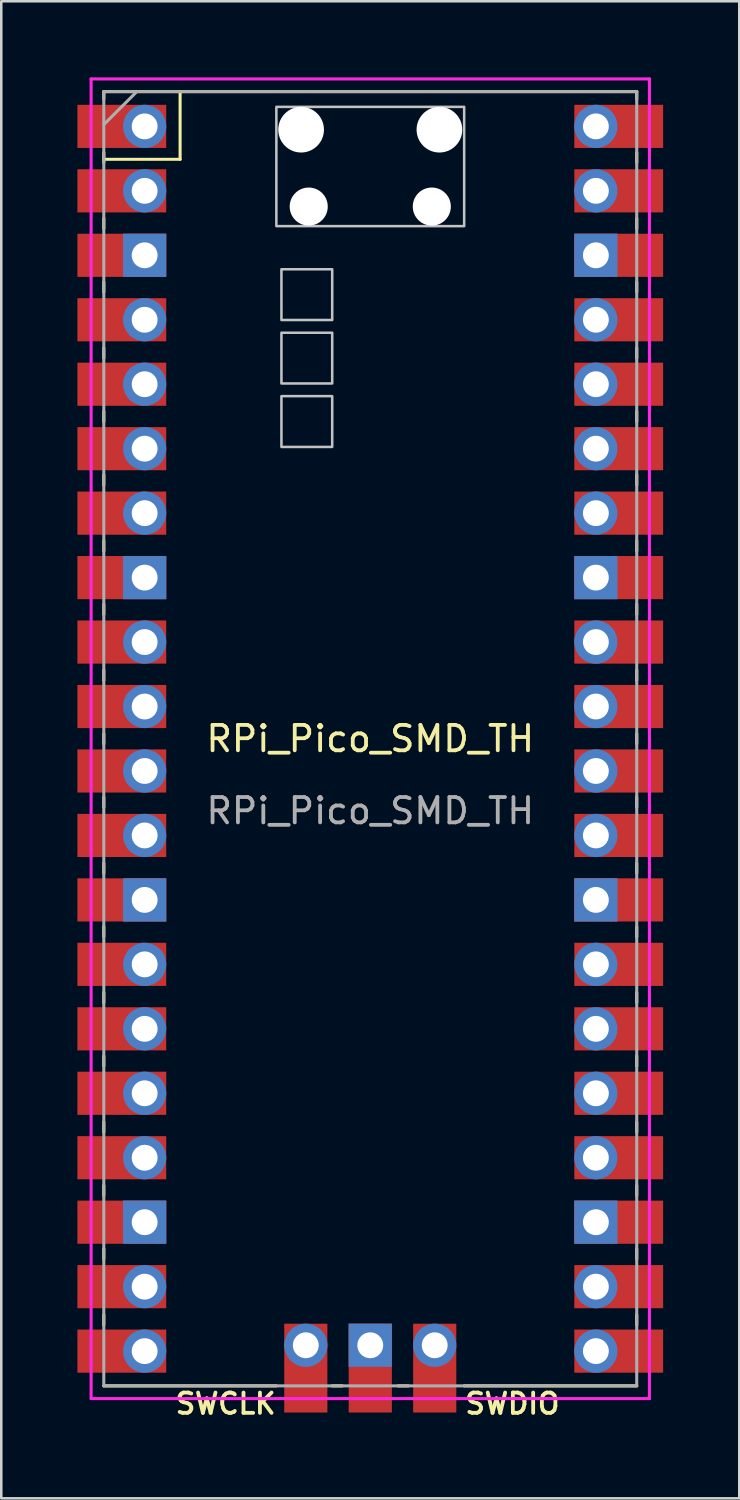
<source format=kicad_pcb>
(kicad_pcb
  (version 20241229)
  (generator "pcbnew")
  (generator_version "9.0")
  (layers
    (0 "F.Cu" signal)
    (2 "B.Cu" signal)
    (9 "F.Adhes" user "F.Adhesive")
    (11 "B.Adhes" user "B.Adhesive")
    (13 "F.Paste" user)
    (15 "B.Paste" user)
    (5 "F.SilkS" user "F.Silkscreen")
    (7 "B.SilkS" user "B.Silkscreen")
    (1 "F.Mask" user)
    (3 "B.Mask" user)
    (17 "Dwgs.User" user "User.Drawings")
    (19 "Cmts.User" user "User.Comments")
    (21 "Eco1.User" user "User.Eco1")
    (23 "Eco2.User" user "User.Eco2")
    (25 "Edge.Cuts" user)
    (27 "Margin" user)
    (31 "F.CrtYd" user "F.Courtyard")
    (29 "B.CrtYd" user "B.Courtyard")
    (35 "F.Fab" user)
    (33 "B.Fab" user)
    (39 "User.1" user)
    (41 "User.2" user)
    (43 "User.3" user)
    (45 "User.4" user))
  (footprint "RPi_Pico_SMD_TH"
    (layer "F.Cu")
    (at 11.54 26.06)
    (property "Reference" "RPi_Pico_SMD_TH" (at 0 0 0) (layer "F.SilkS") (effects (font (size 1 1) (thickness 0.15))))
    (attr through_hole)
    (fp_line (start -10.5 -25.5) (end -10.5 -25.2) (stroke (width 0.12) (type solid)) (layer "F.SilkS"))
    (fp_line (start -10.5 -25.5) (end 10.5 -25.5) (stroke (width 0.12) (type solid)) (layer "F.SilkS"))
    (fp_line (start -10.5 -23.1) (end -10.5 -22.7) (stroke (width 0.12) (type solid)) (layer "F.SilkS"))
    (fp_line (start -10.5 -22.833) (end -7.493 -22.833) (stroke (width 0.12) (type solid)) (layer "F.SilkS"))
    (fp_line (start -10.5 -20.5) (end -10.5 -20.1) (stroke (width 0.12) (type solid)) (layer "F.SilkS"))
    (fp_line (start -10.5 -18) (end -10.5 -17.6) (stroke (width 0.12) (type solid)) (layer "F.SilkS"))
    (fp_line (start -10.5 -15.4) (end -10.5 -15) (stroke (width 0.12) (type solid)) (layer "F.SilkS"))
    (fp_line (start -10.5 -12.9) (end -10.5 -12.5) (stroke (width 0.12) (type solid)) (layer "F.SilkS"))
    (fp_line (start -10.5 -10.4) (end -10.5 -10) (stroke (width 0.12) (type solid)) (layer "F.SilkS"))
    (fp_line (start -10.5 -7.8) (end -10.5 -7.4) (stroke (width 0.12) (type solid)) (layer "F.SilkS"))
    (fp_line (start -10.5 -5.3) (end -10.5 -4.9) (stroke (width 0.12) (type solid)) (layer "F.SilkS"))
    (fp_line (start -10.5 -2.7) (end -10.5 -2.3) (stroke (width 0.12) (type solid)) (layer "F.SilkS"))
    (fp_line (start -10.5 -0.2) (end -10.5 0.2) (stroke (width 0.12) (type solid)) (layer "F.SilkS"))
    (fp_line (start -10.5 2.3) (end -10.5 2.7) (stroke (width 0.12) (type solid)) (layer "F.SilkS"))
    (fp_line (start -10.5 4.9) (end -10.5 5.3) (stroke (width 0.12) (type solid)) (layer "F.SilkS"))
    (fp_line (start -10.5 7.4) (end -10.5 7.8) (stroke (width 0.12) (type solid)) (layer "F.SilkS"))
    (fp_line (start -10.5 10) (end -10.5 10.4) (stroke (width 0.12) (type solid)) (layer "F.SilkS"))
    (fp_line (start -10.5 12.5) (end -10.5 12.9) (stroke (width 0.12) (type solid)) (layer "F.SilkS"))
    (fp_line (start -10.5 15.1) (end -10.5 15.5) (stroke (width 0.12) (type solid)) (layer "F.SilkS"))
    (fp_line (start -10.5 17.6) (end -10.5 18) (stroke (width 0.12) (type solid)) (layer "F.SilkS"))
    (fp_line (start -10.5 20.1) (end -10.5 20.5) (stroke (width 0.12) (type solid)) (layer "F.SilkS"))
    (fp_line (start -10.5 22.7) (end -10.5 23.1) (stroke (width 0.12) (type solid)) (layer "F.SilkS"))
    (fp_line (start -7.493 -22.833) (end -7.493 -25.5) (stroke (width 0.12) (type solid)) (layer "F.SilkS"))
    (fp_line (start -3.7 25.5) (end -10.5 25.5) (stroke (width 0.12) (type solid)) (layer "F.SilkS"))
    (fp_line (start -1.5 25.5) (end -1.1 25.5) (stroke (width 0.12) (type solid)) (layer "F.SilkS"))
    (fp_line (start 1.1 25.5) (end 1.5 25.5) (stroke (width 0.12) (type solid)) (layer "F.SilkS"))
    (fp_line (start 10.5 -25.5) (end 10.5 -25.2) (stroke (width 0.12) (type solid)) (layer "F.SilkS"))
    (fp_line (start 10.5 -23.1) (end 10.5 -22.7) (stroke (width 0.12) (type solid)) (layer "F.SilkS"))
    (fp_line (start 10.5 -20.5) (end 10.5 -20.1) (stroke (width 0.12) (type solid)) (layer "F.SilkS"))
    (fp_line (start 10.5 -18) (end 10.5 -17.6) (stroke (width 0.12) (type solid)) (layer "F.SilkS"))
    (fp_line (start 10.5 -15.4) (end 10.5 -15) (stroke (width 0.12) (type solid)) (layer "F.SilkS"))
    (fp_line (start 10.5 -12.9) (end 10.5 -12.5) (stroke (width 0.12) (type solid)) (layer "F.SilkS"))
    (fp_line (start 10.5 -10.4) (end 10.5 -10) (stroke (width 0.12) (type solid)) (layer "F.SilkS"))
    (fp_line (start 10.5 -7.8) (end 10.5 -7.4) (stroke (width 0.12) (type solid)) (layer "F.SilkS"))
    (fp_line (start 10.5 -5.3) (end 10.5 -4.9) (stroke (width 0.12) (type solid)) (layer "F.SilkS"))
    (fp_line (start 10.5 -2.7) (end 10.5 -2.3) (stroke (width 0.12) (type solid)) (layer "F.SilkS"))
    (fp_line (start 10.5 -0.2) (end 10.5 0.2) (stroke (width 0.12) (type solid)) (layer "F.SilkS"))
    (fp_line (start 10.5 2.3) (end 10.5 2.7) (stroke (width 0.12) (type solid)) (layer "F.SilkS"))
    (fp_line (start 10.5 4.9) (end 10.5 5.3) (stroke (width 0.12) (type solid)) (layer "F.SilkS"))
    (fp_line (start 10.5 7.4) (end 10.5 7.8) (stroke (width 0.12) (type solid)) (layer "F.SilkS"))
    (fp_line (start 10.5 10) (end 10.5 10.4) (stroke (width 0.12) (type solid)) (layer "F.SilkS"))
    (fp_line (start 10.5 12.5) (end 10.5 12.9) (stroke (width 0.12) (type solid)) (layer "F.SilkS"))
    (fp_line (start 10.5 15.1) (end 10.5 15.5) (stroke (width 0.12) (type solid)) (layer "F.SilkS"))
    (fp_line (start 10.5 17.6) (end 10.5 18) (stroke (width 0.12) (type solid)) (layer "F.SilkS"))
    (fp_line (start 10.5 20.1) (end 10.5 20.5) (stroke (width 0.12) (type solid)) (layer "F.SilkS"))
    (fp_line (start 10.5 22.7) (end 10.5 23.1) (stroke (width 0.12) (type solid)) (layer "F.SilkS"))
    (fp_line (start 10.5 25.5) (end 3.7 25.5) (stroke (width 0.12) (type solid)) (layer "F.SilkS"))
    (fp_poly (pts (xy -1.5 -16.5) (xy -3.5 -16.5) (xy -3.5 -18.5) (xy -1.5 -18.5)) (stroke (width 0.1) (type solid)) (fill no) (layer "Dwgs.User"))
    (fp_poly (pts (xy -1.5 -14) (xy -3.5 -14) (xy -3.5 -16) (xy -1.5 -16)) (stroke (width 0.1) (type solid)) (fill no) (layer "Dwgs.User"))
    (fp_poly (pts (xy -1.5 -11.5) (xy -3.5 -11.5) (xy -3.5 -13.5) (xy -1.5 -13.5)) (stroke (width 0.1) (type solid)) (fill no) (layer "Dwgs.User"))
    (fp_poly (pts (xy 3.7 -20.2) (xy -3.7 -20.2) (xy -3.7 -24.9) (xy 3.7 -24.9)) (stroke (width 0.1) (type solid)) (fill no) (layer "Dwgs.User"))
    (fp_line (start -11 -26) (end 11 -26) (stroke (width 0.12) (type solid)) (layer "F.CrtYd"))
    (fp_line (start -11 26) (end -11 -26) (stroke (width 0.12) (type solid)) (layer "F.CrtYd"))
    (fp_line (start 11 -26) (end 11 26) (stroke (width 0.12) (type solid)) (layer "F.CrtYd"))
    (fp_line (start 11 26) (end -11 26) (stroke (width 0.12) (type solid)) (layer "F.CrtYd"))
    (fp_line (start -10.5 -25.5) (end 10.5 -25.5) (stroke (width 0.12) (type solid)) (layer "F.Fab"))
    (fp_line (start -10.5 -24.2) (end -9.2 -25.5) (stroke (width 0.12) (type solid)) (layer "F.Fab"))
    (fp_line (start -10.5 25.5) (end -10.5 -25.5) (stroke (width 0.12) (type solid)) (layer "F.Fab"))
    (fp_line (start 10.5 -25.5) (end 10.5 25.5) (stroke (width 0.12) (type solid)) (layer "F.Fab"))
    (fp_line (start 10.5 25.5) (end -10.5 25.5) (stroke (width 0.12) (type solid)) (layer "F.Fab"))
    (fp_text user "SWDIO" (at 5.6 26.2 0) (layer "F.SilkS") (effects (font (size 0.8 0.8) (thickness 0.15))))
    (fp_text user "SWCLK" (at -5.7 26.2 0) (layer "F.SilkS") (effects (font (size 0.8 0.8) (thickness 0.15))))
    (fp_text user "${REFERENCE}" (at 0 2.841 180) (layer "F.Fab") (effects (font (size 1 1) (thickness 0.15))))
    (pad "" np_thru_hole oval (at -2.725 -24) (size 1.8 1.8) (drill 1.8) (layers "*.Cu" "*.Mask"))
    (pad "" np_thru_hole oval (at -2.425 -20.97) (size 1.5 1.5) (drill 1.5) (layers "*.Cu" "*.Mask"))
    (pad "" np_thru_hole oval (at 2.425 -20.97) (size 1.5 1.5) (drill 1.5) (layers "*.Cu" "*.Mask"))
    (pad "" np_thru_hole oval (at 2.725 -24) (size 1.8 1.8) (drill 1.8) (layers "*.Cu" "*.Mask"))
    (pad "1" thru_hole oval (at -8.89 -24.13) (size 1.7 1.7) (drill 1.02) (layers "*.Cu" "*.Mask"))
    (pad "1" smd rect (at -8.89 -24.13) (size 3.5 1.7) (drill (offset -0.9 0)) (layers "F.Cu" "F.Mask"))
    (pad "2" thru_hole oval (at -8.89 -21.59) (size 1.7 1.7) (drill 1.02) (layers "*.Cu" "*.Mask"))
    (pad "2" smd rect (at -8.89 -21.59) (size 3.5 1.7) (drill (offset -0.9 0)) (layers "F.Cu" "F.Mask"))
    (pad "3" thru_hole rect (at -8.89 -19.05) (size 1.7 1.7) (drill 1.02) (layers "*.Cu" "*.Mask"))
    (pad "3" smd rect (at -8.89 -19.05) (size 3.5 1.7) (drill (offset -0.9 0)) (layers "F.Cu" "F.Mask"))
    (pad "4" thru_hole oval (at -8.89 -16.51) (size 1.7 1.7) (drill 1.02) (layers "*.Cu" "*.Mask"))
    (pad "4" smd rect (at -8.89 -16.51) (size 3.5 1.7) (drill (offset -0.9 0)) (layers "F.Cu" "F.Mask"))
    (pad "5" thru_hole oval (at -8.89 -13.97) (size 1.7 1.7) (drill 1.02) (layers "*.Cu" "*.Mask"))
    (pad "5" smd rect (at -8.89 -13.97) (size 3.5 1.7) (drill (offset -0.9 0)) (layers "F.Cu" "F.Mask"))
    (pad "6" thru_hole oval (at -8.89 -11.43) (size 1.7 1.7) (drill 1.02) (layers "*.Cu" "*.Mask"))
    (pad "6" smd rect (at -8.89 -11.43) (size 3.5 1.7) (drill (offset -0.9 0)) (layers "F.Cu" "F.Mask"))
    (pad "7" thru_hole oval (at -8.89 -8.89) (size 1.7 1.7) (drill 1.02) (layers "*.Cu" "*.Mask"))
    (pad "7" smd rect (at -8.89 -8.89) (size 3.5 1.7) (drill (offset -0.9 0)) (layers "F.Cu" "F.Mask"))
    (pad "8" thru_hole rect (at -8.89 -6.35) (size 1.7 1.7) (drill 1.02) (layers "*.Cu" "*.Mask"))
    (pad "8" smd rect (at -8.89 -6.35) (size 3.5 1.7) (drill (offset -0.9 0)) (layers "F.Cu" "F.Mask"))
    (pad "9" thru_hole oval (at -8.89 -3.81) (size 1.7 1.7) (drill 1.02) (layers "*.Cu" "*.Mask"))
    (pad "9" smd rect (at -8.89 -3.81) (size 3.5 1.7) (drill (offset -0.9 0)) (layers "F.Cu" "F.Mask"))
    (pad "10" thru_hole oval (at -8.89 -1.27) (size 1.7 1.7) (drill 1.02) (layers "*.Cu" "*.Mask"))
    (pad "10" smd rect (at -8.89 -1.27) (size 3.5 1.7) (drill (offset -0.9 0)) (layers "F.Cu" "F.Mask"))
    (pad "11" thru_hole oval (at -8.89 1.27) (size 1.7 1.7) (drill 1.02) (layers "*.Cu" "*.Mask"))
    (pad "11" smd rect (at -8.89 1.27) (size 3.5 1.7) (drill (offset -0.9 0)) (layers "F.Cu" "F.Mask"))
    (pad "12" thru_hole oval (at -8.89 3.81) (size 1.7 1.7) (drill 1.02) (layers "*.Cu" "*.Mask"))
    (pad "12" smd rect (at -8.89 3.81) (size 3.5 1.7) (drill (offset -0.9 0)) (layers "F.Cu" "F.Mask"))
    (pad "13" thru_hole rect (at -8.89 6.35) (size 1.7 1.7) (drill 1.02) (layers "*.Cu" "*.Mask"))
    (pad "13" smd rect (at -8.89 6.35) (size 3.5 1.7) (drill (offset -0.9 0)) (layers "F.Cu" "F.Mask"))
    (pad "14" thru_hole oval (at -8.89 8.89) (size 1.7 1.7) (drill 1.02) (layers "*.Cu" "*.Mask"))
    (pad "14" smd rect (at -8.89 8.89) (size 3.5 1.7) (drill (offset -0.9 0)) (layers "F.Cu" "F.Mask"))
    (pad "15" thru_hole oval (at -8.89 11.43) (size 1.7 1.7) (drill 1.02) (layers "*.Cu" "*.Mask"))
    (pad "15" smd rect (at -8.89 11.43) (size 3.5 1.7) (drill (offset -0.9 0)) (layers "F.Cu" "F.Mask"))
    (pad "16" thru_hole oval (at -8.89 13.97) (size 1.7 1.7) (drill 1.02) (layers "*.Cu" "*.Mask"))
    (pad "16" smd rect (at -8.89 13.97) (size 3.5 1.7) (drill (offset -0.9 0)) (layers "F.Cu" "F.Mask"))
    (pad "17" thru_hole oval (at -8.89 16.51) (size 1.7 1.7) (drill 1.02) (layers "*.Cu" "*.Mask"))
    (pad "17" smd rect (at -8.89 16.51) (size 3.5 1.7) (drill (offset -0.9 0)) (layers "F.Cu" "F.Mask"))
    (pad "18" thru_hole rect (at -8.89 19.05) (size 1.7 1.7) (drill 1.02) (layers "*.Cu" "*.Mask"))
    (pad "18" smd rect (at -8.89 19.05) (size 3.5 1.7) (drill (offset -0.9 0)) (layers "F.Cu" "F.Mask"))
    (pad "19" thru_hole oval (at -8.89 21.59) (size 1.7 1.7) (drill 1.02) (layers "*.Cu" "*.Mask"))
    (pad "19" smd rect (at -8.89 21.59) (size 3.5 1.7) (drill (offset -0.9 0)) (layers "F.Cu" "F.Mask"))
    (pad "20" thru_hole oval (at -8.89 24.13) (size 1.7 1.7) (drill 1.02) (layers "*.Cu" "*.Mask"))
    (pad "20" smd rect (at -8.89 24.13) (size 3.5 1.7) (drill (offset -0.9 0)) (layers "F.Cu" "F.Mask"))
    (pad "21" thru_hole oval (at 8.89 24.13) (size 1.7 1.7) (drill 1.02) (layers "*.Cu" "*.Mask"))
    (pad "21" smd rect (at 8.89 24.13) (size 3.5 1.7) (drill (offset 0.9 0)) (layers "F.Cu" "F.Mask"))
    (pad "22" thru_hole oval (at 8.89 21.59) (size 1.7 1.7) (drill 1.02) (layers "*.Cu" "*.Mask"))
    (pad "22" smd rect (at 8.89 21.59) (size 3.5 1.7) (drill (offset 0.9 0)) (layers "F.Cu" "F.Mask"))
    (pad "23" thru_hole rect (at 8.89 19.05) (size 1.7 1.7) (drill 1.02) (layers "*.Cu" "*.Mask"))
    (pad "23" smd rect (at 8.89 19.05) (size 3.5 1.7) (drill (offset 0.9 0)) (layers "F.Cu" "F.Mask"))
    (pad "24" thru_hole oval (at 8.89 16.51) (size 1.7 1.7) (drill 1.02) (layers "*.Cu" "*.Mask"))
    (pad "24" smd rect (at 8.89 16.51) (size 3.5 1.7) (drill (offset 0.9 0)) (layers "F.Cu" "F.Mask"))
    (pad "25" thru_hole oval (at 8.89 13.97) (size 1.7 1.7) (drill 1.02) (layers "*.Cu" "*.Mask"))
    (pad "25" smd rect (at 8.89 13.97) (size 3.5 1.7) (drill (offset 0.9 0)) (layers "F.Cu" "F.Mask"))
    (pad "26" thru_hole oval (at 8.89 11.43) (size 1.7 1.7) (drill 1.02) (layers "*.Cu" "*.Mask"))
    (pad "26" smd rect (at 8.89 11.43) (size 3.5 1.7) (drill (offset 0.9 0)) (layers "F.Cu" "F.Mask"))
    (pad "27" thru_hole oval (at 8.89 8.89) (size 1.7 1.7) (drill 1.02) (layers "*.Cu" "*.Mask"))
    (pad "27" smd rect (at 8.89 8.89) (size 3.5 1.7) (drill (offset 0.9 0)) (layers "F.Cu" "F.Mask"))
    (pad "28" thru_hole rect (at 8.89 6.35) (size 1.7 1.7) (drill 1.02) (layers "*.Cu" "*.Mask"))
    (pad "28" smd rect (at 8.89 6.35) (size 3.5 1.7) (drill (offset 0.9 0)) (layers "F.Cu" "F.Mask"))
    (pad "29" thru_hole oval (at 8.89 3.81) (size 1.7 1.7) (drill 1.02) (layers "*.Cu" "*.Mask"))
    (pad "29" smd rect (at 8.89 3.81) (size 3.5 1.7) (drill (offset 0.9 0)) (layers "F.Cu" "F.Mask"))
    (pad "30" thru_hole oval (at 8.89 1.27) (size 1.7 1.7) (drill 1.02) (layers "*.Cu" "*.Mask"))
    (pad "30" smd rect (at 8.89 1.27) (size 3.5 1.7) (drill (offset 0.9 0)) (layers "F.Cu" "F.Mask"))
    (pad "31" thru_hole oval (at 8.89 -1.27) (size 1.7 1.7) (drill 1.02) (layers "*.Cu" "*.Mask"))
    (pad "31" smd rect (at 8.89 -1.27) (size 3.5 1.7) (drill (offset 0.9 0)) (layers "F.Cu" "F.Mask"))
    (pad "32" thru_hole oval (at 8.89 -3.81) (size 1.7 1.7) (drill 1.02) (layers "*.Cu" "*.Mask"))
    (pad "32" smd rect (at 8.89 -3.81) (size 3.5 1.7) (drill (offset 0.9 0)) (layers "F.Cu" "F.Mask"))
    (pad "33" thru_hole rect (at 8.89 -6.35) (size 1.7 1.7) (drill 1.02) (layers "*.Cu" "*.Mask"))
    (pad "33" smd rect (at 8.89 -6.35) (size 3.5 1.7) (drill (offset 0.9 0)) (layers "F.Cu" "F.Mask"))
    (pad "34" thru_hole oval (at 8.89 -8.89) (size 1.7 1.7) (drill 1.02) (layers "*.Cu" "*.Mask"))
    (pad "34" smd rect (at 8.89 -8.89) (size 3.5 1.7) (drill (offset 0.9 0)) (layers "F.Cu" "F.Mask"))
    (pad "35" thru_hole oval (at 8.89 -11.43) (size 1.7 1.7) (drill 1.02) (layers "*.Cu" "*.Mask"))
    (pad "35" smd rect (at 8.89 -11.43) (size 3.5 1.7) (drill (offset 0.9 0)) (layers "F.Cu" "F.Mask"))
    (pad "36" thru_hole oval (at 8.89 -13.97) (size 1.7 1.7) (drill 1.02) (layers "*.Cu" "*.Mask"))
    (pad "36" smd rect (at 8.89 -13.97) (size 3.5 1.7) (drill (offset 0.9 0)) (layers "F.Cu" "F.Mask"))
    (pad "37" thru_hole oval (at 8.89 -16.51) (size 1.7 1.7) (drill 1.02) (layers "*.Cu" "*.Mask"))
    (pad "37" smd rect (at 8.89 -16.51) (size 3.5 1.7) (drill (offset 0.9 0)) (layers "F.Cu" "F.Mask"))
    (pad "38" thru_hole rect (at 8.89 -19.05) (size 1.7 1.7) (drill 1.02) (layers "*.Cu" "*.Mask"))
    (pad "38" smd rect (at 8.89 -19.05) (size 3.5 1.7) (drill (offset 0.9 0)) (layers "F.Cu" "F.Mask"))
    (pad "39" thru_hole oval (at 8.89 -21.59) (size 1.7 1.7) (drill 1.02) (layers "*.Cu" "*.Mask"))
    (pad "39" smd rect (at 8.89 -21.59) (size 3.5 1.7) (drill (offset 0.9 0)) (layers "F.Cu" "F.Mask"))
    (pad "40" thru_hole oval (at 8.89 -24.13) (size 1.7 1.7) (drill 1.02) (layers "*.Cu" "*.Mask"))
    (pad "40" smd rect (at 8.89 -24.13) (size 3.5 1.7) (drill (offset 0.9 0)) (layers "F.Cu" "F.Mask"))
    (pad "41" thru_hole oval (at -2.54 23.9) (size 1.7 1.7) (drill 1.02) (layers "*.Cu" "*.Mask"))
    (pad "41" smd rect (at -2.54 23.9 90) (size 3.5 1.7) (drill (offset -0.9 0)) (layers "F.Cu" "F.Mask"))
    (pad "42" thru_hole rect (at 0 23.9) (size 1.7 1.7) (drill 1.02) (layers "*.Cu" "*.Mask"))
    (pad "42" smd rect (at 0 23.9 90) (size 3.5 1.7) (drill (offset -0.9 0)) (layers "F.Cu" "F.Mask"))
    (pad "43" thru_hole oval (at 2.54 23.9) (size 1.7 1.7) (drill 1.02) (layers "*.Cu" "*.Mask"))
    (pad "43" smd rect (at 2.54 23.9 90) (size 3.5 1.7) (drill (offset -0.9 0)) (layers "F.Cu" "F.Mask")))
  (gr_rect
    (start -3 -3)
    (end 26.08 55.991)
    (stroke (width 0.1) (type default))
    (fill no)
    (layer "Edge.Cuts")))
</source>
